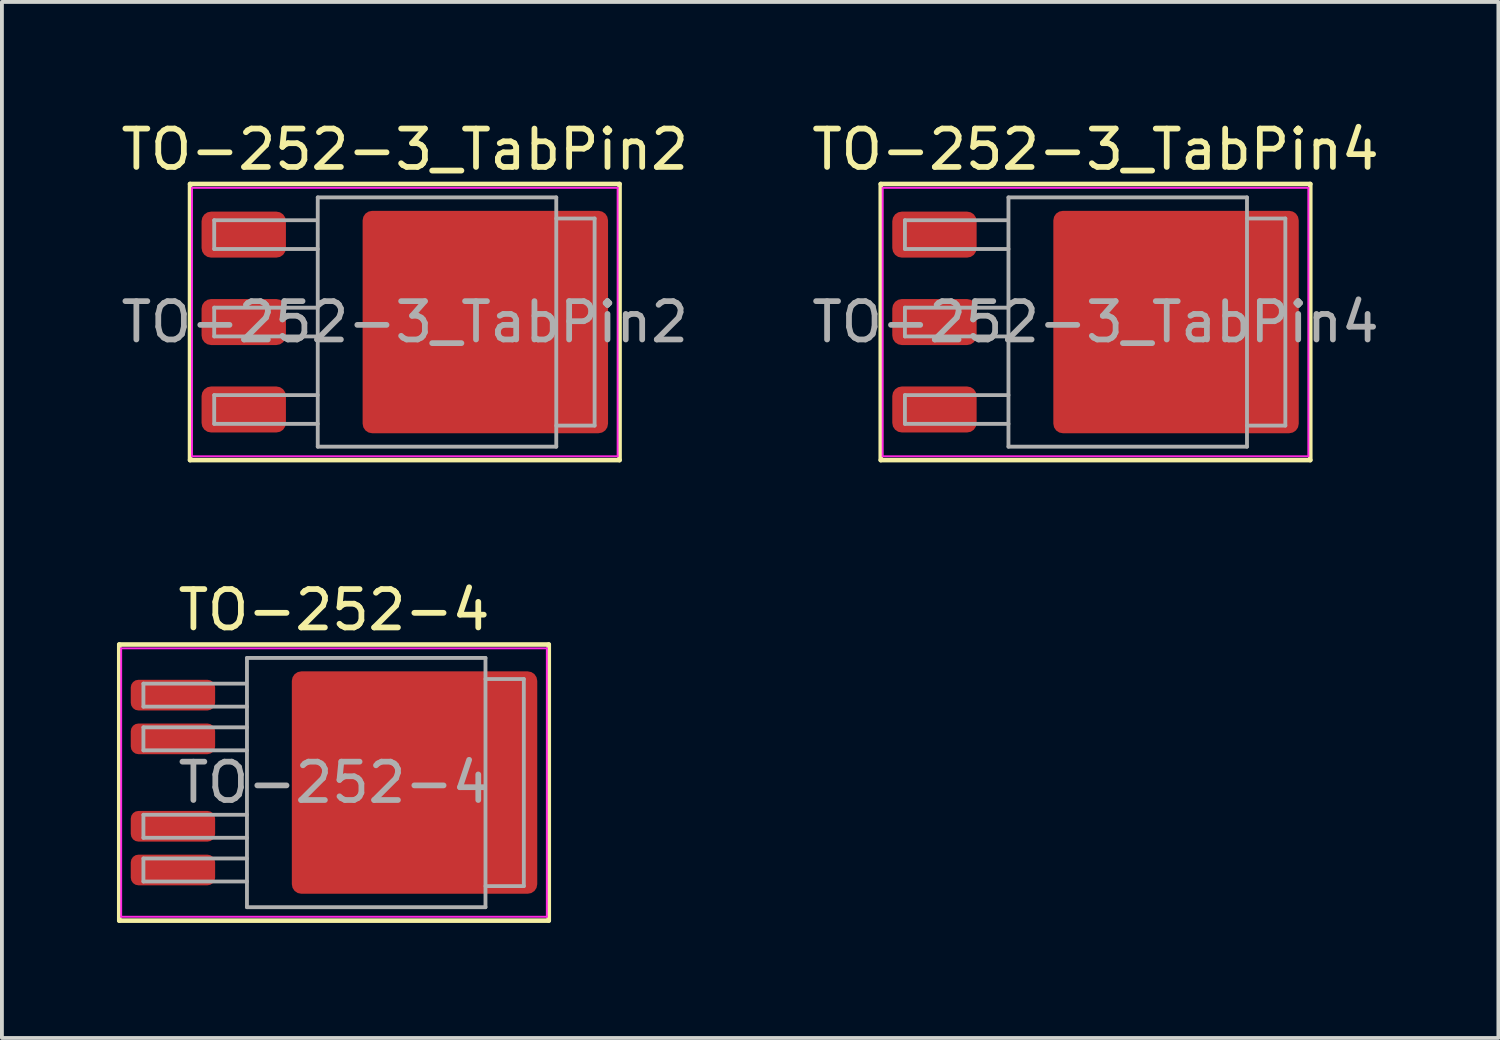
<source format=kicad_pcb>
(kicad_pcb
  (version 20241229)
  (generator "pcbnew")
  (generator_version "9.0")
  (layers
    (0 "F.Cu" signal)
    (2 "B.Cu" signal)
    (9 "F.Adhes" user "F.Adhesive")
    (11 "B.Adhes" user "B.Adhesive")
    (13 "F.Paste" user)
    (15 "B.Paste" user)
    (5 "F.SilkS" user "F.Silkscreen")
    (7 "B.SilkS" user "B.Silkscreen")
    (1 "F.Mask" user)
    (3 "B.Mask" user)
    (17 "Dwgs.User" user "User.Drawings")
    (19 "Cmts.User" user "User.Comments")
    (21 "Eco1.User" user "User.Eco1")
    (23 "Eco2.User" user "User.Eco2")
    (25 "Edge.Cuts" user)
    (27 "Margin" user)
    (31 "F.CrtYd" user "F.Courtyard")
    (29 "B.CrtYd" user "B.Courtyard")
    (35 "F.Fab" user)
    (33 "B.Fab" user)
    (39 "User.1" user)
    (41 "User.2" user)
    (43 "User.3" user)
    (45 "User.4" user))
  (footprint "TO-252-3_TabPin4"
    (layer "F.Cu")
    (at 25.518 5.348)
    (property "Reference" "TO-252-3_TabPin4" (at 0 -4.5 0) (layer "F.SilkS") (effects (font (size 1 1) (thickness 0.15))))
    (attr smd)
    (fp_line (start -5.6 -3.6) (end -5.6 3.6) (stroke (width 0.12) (type solid)) (layer "F.SilkS"))
    (fp_line (start -5.6 3.6) (end 5.6 3.6) (stroke (width 0.12) (type solid)) (layer "F.SilkS"))
    (fp_line (start 5.6 -3.6) (end -5.6 -3.6) (stroke (width 0.12) (type solid)) (layer "F.SilkS"))
    (fp_line (start 5.6 3.6) (end 5.6 -3.6) (stroke (width 0.12) (type solid)) (layer "F.SilkS"))
    (fp_line (start -5.55 -3.5) (end -5.55 3.5) (stroke (width 0.05) (type solid)) (layer "F.CrtYd"))
    (fp_line (start -5.55 3.5) (end 5.55 3.5) (stroke (width 0.05) (type solid)) (layer "F.CrtYd"))
    (fp_line (start 5.55 -3.5) (end -5.55 -3.5) (stroke (width 0.05) (type solid)) (layer "F.CrtYd"))
    (fp_line (start 5.55 3.5) (end 5.55 -3.5) (stroke (width 0.05) (type solid)) (layer "F.CrtYd"))
    (fp_line (start -4.97 -2.655) (end -4.97 -1.905) (stroke (width 0.1) (type solid)) (layer "F.Fab"))
    (fp_line (start -4.97 -1.905) (end -2.27 -1.905) (stroke (width 0.1) (type solid)) (layer "F.Fab"))
    (fp_line (start -4.97 -0.375) (end -4.97 0.375) (stroke (width 0.1) (type solid)) (layer "F.Fab"))
    (fp_line (start -4.97 0.375) (end -2.27 0.375) (stroke (width 0.1) (type solid)) (layer "F.Fab"))
    (fp_line (start -4.97 1.905) (end -4.97 2.655) (stroke (width 0.1) (type solid)) (layer "F.Fab"))
    (fp_line (start -4.97 2.655) (end -2.27 2.655) (stroke (width 0.1) (type solid)) (layer "F.Fab"))
    (fp_line (start -2.3 -2.655) (end -4.97 -2.655) (stroke (width 0.1) (type solid)) (layer "F.Fab"))
    (fp_line (start -2.27 -3.25) (end 3.95 -3.25) (stroke (width 0.1) (type solid)) (layer "F.Fab"))
    (fp_line (start -2.27 -0.375) (end -4.97 -0.375) (stroke (width 0.1) (type solid)) (layer "F.Fab"))
    (fp_line (start -2.27 1.905) (end -4.97 1.905) (stroke (width 0.1) (type solid)) (layer "F.Fab"))
    (fp_line (start -2.27 3.25) (end -2.27 -3.25) (stroke (width 0.1) (type solid)) (layer "F.Fab"))
    (fp_line (start 3.95 -3.25) (end 3.95 3.25) (stroke (width 0.1) (type solid)) (layer "F.Fab"))
    (fp_line (start 3.95 -2.7) (end 4.95 -2.7) (stroke (width 0.1) (type solid)) (layer "F.Fab"))
    (fp_line (start 3.95 3.25) (end -2.27 3.25) (stroke (width 0.1) (type solid)) (layer "F.Fab"))
    (fp_line (start 4.95 -2.7) (end 4.95 2.7) (stroke (width 0.1) (type solid)) (layer "F.Fab"))
    (fp_line (start 4.95 2.7) (end 3.95 2.7) (stroke (width 0.1) (type solid)) (layer "F.Fab"))
    (fp_text user "${REFERENCE}" (at 0 0 0) (layer "F.Fab") (effects (font (size 1 1) (thickness 0.15))))
    (pad "" smd roundrect (at 0 -1.9) (size 1.8 1.6) (layers "F.Paste") (roundrect_rratio 0.167))
    (pad "" smd roundrect (at 0 0) (size 1.8 1.6) (layers "F.Paste") (roundrect_rratio 0.167))
    (pad "" smd roundrect (at 0 1.9) (size 1.8 1.6) (layers "F.Paste") (roundrect_rratio 0.167))
    (pad "" smd roundrect (at 2.1 -1.9) (size 1.8 1.6) (layers "F.Paste") (roundrect_rratio 0.167))
    (pad "" smd roundrect (at 2.1 0) (size 1.8 1.6) (layers "F.Paste") (roundrect_rratio 0.167))
    (pad "" smd roundrect (at 2.1 1.9) (size 1.8 1.6) (layers "F.Paste") (roundrect_rratio 0.167))
    (pad "" smd roundrect (at 4.2 -1.9) (size 1.8 1.6) (layers "F.Paste") (roundrect_rratio 0.167))
    (pad "" smd roundrect (at 4.2 0) (size 1.8 1.6) (layers "F.Paste") (roundrect_rratio 0.167))
    (pad "" smd roundrect (at 4.2 1.9) (size 1.8 1.6) (layers "F.Paste") (roundrect_rratio 0.167))
    (pad "1" smd roundrect (at -4.2 -2.28) (size 2.2 1.2) (layers "F.Cu" "F.Mask" "F.Paste") (roundrect_rratio 0.208))
    (pad "2" smd roundrect (at -4.2 0) (size 2.2 1.2) (layers "F.Cu" "F.Mask" "F.Paste") (roundrect_rratio 0.208))
    (pad "3" smd roundrect (at -4.2 2.28) (size 2.2 1.2) (layers "F.Cu" "F.Mask" "F.Paste") (roundrect_rratio 0.208))
    (pad "4" smd roundrect (at 2.1 0) (size 6.4 5.8) (layers "F.Cu" "F.Mask") (roundrect_rratio 0.043)))
  (footprint "TO-252-3_TabPin2"
    (layer "F.Cu")
    (at 7.506 5.348)
    (property "Reference" "TO-252-3_TabPin2" (at 0 -4.5 0) (layer "F.SilkS") (effects (font (size 1 1) (thickness 0.15))))
    (attr smd)
    (fp_line (start -5.6 -3.6) (end -5.6 3.6) (stroke (width 0.12) (type solid)) (layer "F.SilkS"))
    (fp_line (start -5.6 3.6) (end 5.6 3.6) (stroke (width 0.12) (type solid)) (layer "F.SilkS"))
    (fp_line (start 5.6 -3.6) (end -5.6 -3.6) (stroke (width 0.12) (type solid)) (layer "F.SilkS"))
    (fp_line (start 5.6 3.6) (end 5.6 -3.6) (stroke (width 0.12) (type solid)) (layer "F.SilkS"))
    (fp_line (start -5.55 -3.5) (end -5.55 3.5) (stroke (width 0.05) (type solid)) (layer "F.CrtYd"))
    (fp_line (start -5.55 3.5) (end 5.55 3.5) (stroke (width 0.05) (type solid)) (layer "F.CrtYd"))
    (fp_line (start 5.55 -3.5) (end -5.55 -3.5) (stroke (width 0.05) (type solid)) (layer "F.CrtYd"))
    (fp_line (start 5.55 3.5) (end 5.55 -3.5) (stroke (width 0.05) (type solid)) (layer "F.CrtYd"))
    (fp_line (start -4.97 -2.655) (end -4.97 -1.905) (stroke (width 0.1) (type solid)) (layer "F.Fab"))
    (fp_line (start -4.97 -1.905) (end -2.27 -1.905) (stroke (width 0.1) (type solid)) (layer "F.Fab"))
    (fp_line (start -4.97 -0.375) (end -4.97 0.375) (stroke (width 0.1) (type solid)) (layer "F.Fab"))
    (fp_line (start -4.97 0.375) (end -2.27 0.375) (stroke (width 0.1) (type solid)) (layer "F.Fab"))
    (fp_line (start -4.97 1.905) (end -4.97 2.655) (stroke (width 0.1) (type solid)) (layer "F.Fab"))
    (fp_line (start -4.97 2.655) (end -2.27 2.655) (stroke (width 0.1) (type solid)) (layer "F.Fab"))
    (fp_line (start -2.3 -2.655) (end -4.97 -2.655) (stroke (width 0.1) (type solid)) (layer "F.Fab"))
    (fp_line (start -2.27 -3.25) (end 3.95 -3.25) (stroke (width 0.1) (type solid)) (layer "F.Fab"))
    (fp_line (start -2.27 -0.375) (end -4.97 -0.375) (stroke (width 0.1) (type solid)) (layer "F.Fab"))
    (fp_line (start -2.27 1.905) (end -4.97 1.905) (stroke (width 0.1) (type solid)) (layer "F.Fab"))
    (fp_line (start -2.27 3.25) (end -2.27 -3.25) (stroke (width 0.1) (type solid)) (layer "F.Fab"))
    (fp_line (start 3.95 -3.25) (end 3.95 3.25) (stroke (width 0.1) (type solid)) (layer "F.Fab"))
    (fp_line (start 3.95 -2.7) (end 4.95 -2.7) (stroke (width 0.1) (type solid)) (layer "F.Fab"))
    (fp_line (start 3.95 3.25) (end -2.27 3.25) (stroke (width 0.1) (type solid)) (layer "F.Fab"))
    (fp_line (start 4.95 -2.7) (end 4.95 2.7) (stroke (width 0.1) (type solid)) (layer "F.Fab"))
    (fp_line (start 4.95 2.7) (end 3.95 2.7) (stroke (width 0.1) (type solid)) (layer "F.Fab"))
    (fp_text user "${REFERENCE}" (at 0 0 0) (layer "F.Fab") (effects (font (size 1 1) (thickness 0.15))))
    (pad "" smd roundrect (at 0 -1.9) (size 1.8 1.6) (layers "F.Paste") (roundrect_rratio 0.167))
    (pad "" smd roundrect (at 0 0) (size 1.8 1.6) (layers "F.Paste") (roundrect_rratio 0.167))
    (pad "" smd roundrect (at 0 1.9) (size 1.8 1.6) (layers "F.Paste") (roundrect_rratio 0.167))
    (pad "" smd roundrect (at 2.1 -1.9) (size 1.8 1.6) (layers "F.Paste") (roundrect_rratio 0.167))
    (pad "" smd roundrect (at 2.1 0) (size 1.8 1.6) (layers "F.Paste") (roundrect_rratio 0.167))
    (pad "" smd roundrect (at 2.1 1.9) (size 1.8 1.6) (layers "F.Paste") (roundrect_rratio 0.167))
    (pad "" smd roundrect (at 4.2 -1.9) (size 1.8 1.6) (layers "F.Paste") (roundrect_rratio 0.167))
    (pad "" smd roundrect (at 4.2 0) (size 1.8 1.6) (layers "F.Paste") (roundrect_rratio 0.167))
    (pad "" smd roundrect (at 4.2 1.9) (size 1.8 1.6) (layers "F.Paste") (roundrect_rratio 0.167))
    (pad "1" smd roundrect (at -4.2 -2.28) (size 2.2 1.2) (layers "F.Cu" "F.Mask" "F.Paste") (roundrect_rratio 0.208))
    (pad "2" smd roundrect (at -4.2 0) (size 2.2 1.2) (layers "F.Cu" "F.Mask" "F.Paste") (roundrect_rratio 0.208))
    (pad "2" smd roundrect (at 2.1 0) (size 6.4 5.8) (layers "F.Cu" "F.Mask") (roundrect_rratio 0.043))
    (pad "3" smd roundrect (at -4.2 2.28) (size 2.2 1.2) (layers "F.Cu" "F.Mask" "F.Paste") (roundrect_rratio 0.208)))
  (footprint "TO-252-4"
    (layer "F.Cu")
    (at 5.66 17.357)
    (property "Reference" "TO-252-4" (at 0 -4.5 0) (layer "F.SilkS") (effects (font (size 1 1) (thickness 0.15))))
    (attr smd)
    (fp_line (start -5.6 -3.6) (end -5.6 3.6) (stroke (width 0.12) (type solid)) (layer "F.SilkS"))
    (fp_line (start -5.6 3.6) (end 5.6 3.6) (stroke (width 0.12) (type solid)) (layer "F.SilkS"))
    (fp_line (start 5.6 -3.6) (end -5.6 -3.6) (stroke (width 0.12) (type solid)) (layer "F.SilkS"))
    (fp_line (start 5.6 3.6) (end 5.6 -3.6) (stroke (width 0.12) (type solid)) (layer "F.SilkS"))
    (fp_line (start -5.55 -3.5) (end -5.55 3.5) (stroke (width 0.05) (type solid)) (layer "F.CrtYd"))
    (fp_line (start -5.55 3.5) (end 5.55 3.5) (stroke (width 0.05) (type solid)) (layer "F.CrtYd"))
    (fp_line (start 5.55 -3.5) (end -5.55 -3.5) (stroke (width 0.05) (type solid)) (layer "F.CrtYd"))
    (fp_line (start 5.55 3.5) (end 5.55 -3.5) (stroke (width 0.05) (type solid)) (layer "F.CrtYd"))
    (fp_line (start -4.97 -2.58) (end -4.97 -1.98) (stroke (width 0.1) (type solid)) (layer "F.Fab"))
    (fp_line (start -4.97 -1.98) (end -2.27 -1.98) (stroke (width 0.1) (type solid)) (layer "F.Fab"))
    (fp_line (start -4.97 -1.44) (end -4.97 -0.84) (stroke (width 0.1) (type solid)) (layer "F.Fab"))
    (fp_line (start -4.97 -0.84) (end -2.27 -0.84) (stroke (width 0.1) (type solid)) (layer "F.Fab"))
    (fp_line (start -4.97 0.84) (end -4.97 1.44) (stroke (width 0.1) (type solid)) (layer "F.Fab"))
    (fp_line (start -4.97 1.44) (end -2.27 1.44) (stroke (width 0.1) (type solid)) (layer "F.Fab"))
    (fp_line (start -4.97 1.98) (end -4.97 2.58) (stroke (width 0.1) (type solid)) (layer "F.Fab"))
    (fp_line (start -4.97 2.58) (end -2.27 2.58) (stroke (width 0.1) (type solid)) (layer "F.Fab"))
    (fp_line (start -2.3 -2.58) (end -4.97 -2.58) (stroke (width 0.1) (type solid)) (layer "F.Fab"))
    (fp_line (start -2.27 -3.25) (end 3.95 -3.25) (stroke (width 0.1) (type solid)) (layer "F.Fab"))
    (fp_line (start -2.27 -1.44) (end -4.97 -1.44) (stroke (width 0.1) (type solid)) (layer "F.Fab"))
    (fp_line (start -2.27 0.84) (end -4.97 0.84) (stroke (width 0.1) (type solid)) (layer "F.Fab"))
    (fp_line (start -2.27 1.98) (end -4.97 1.98) (stroke (width 0.1) (type solid)) (layer "F.Fab"))
    (fp_line (start -2.27 3.25) (end -2.27 -3.25) (stroke (width 0.1) (type solid)) (layer "F.Fab"))
    (fp_line (start 3.95 -3.25) (end 3.95 3.25) (stroke (width 0.1) (type solid)) (layer "F.Fab"))
    (fp_line (start 3.95 -2.7) (end 4.95 -2.7) (stroke (width 0.1) (type solid)) (layer "F.Fab"))
    (fp_line (start 3.95 3.25) (end -2.27 3.25) (stroke (width 0.1) (type solid)) (layer "F.Fab"))
    (fp_line (start 4.95 -2.7) (end 4.95 2.7) (stroke (width 0.1) (type solid)) (layer "F.Fab"))
    (fp_line (start 4.95 2.7) (end 3.95 2.7) (stroke (width 0.1) (type solid)) (layer "F.Fab"))
    (fp_text user "${REFERENCE}" (at 0 0 0) (layer "F.Fab") (effects (font (size 1 1) (thickness 0.15))))
    (pad "" smd roundrect (at 0 -1.9) (size 1.8 1.6) (layers "F.Paste") (roundrect_rratio 0.167))
    (pad "" smd roundrect (at 0 0) (size 1.8 1.6) (layers "F.Paste") (roundrect_rratio 0.167))
    (pad "" smd roundrect (at 0 1.9) (size 1.8 1.6) (layers "F.Paste") (roundrect_rratio 0.167))
    (pad "" smd roundrect (at 2.1 -1.9) (size 1.8 1.6) (layers "F.Paste") (roundrect_rratio 0.167))
    (pad "" smd roundrect (at 2.1 0) (size 1.8 1.6) (layers "F.Paste") (roundrect_rratio 0.167))
    (pad "" smd roundrect (at 2.1 1.9) (size 1.8 1.6) (layers "F.Paste") (roundrect_rratio 0.167))
    (pad "" smd roundrect (at 4.2 -1.9) (size 1.8 1.6) (layers "F.Paste") (roundrect_rratio 0.167))
    (pad "" smd roundrect (at 4.2 0) (size 1.8 1.6) (layers "F.Paste") (roundrect_rratio 0.167))
    (pad "" smd roundrect (at 4.2 1.9) (size 1.8 1.6) (layers "F.Paste") (roundrect_rratio 0.167))
    (pad "1" smd roundrect (at -4.2 -2.28) (size 2.2 0.8) (layers "F.Cu" "F.Mask" "F.Paste") (roundrect_rratio 0.25))
    (pad "2" smd roundrect (at -4.2 -1.14) (size 2.2 0.8) (layers "F.Cu" "F.Mask" "F.Paste") (roundrect_rratio 0.25))
    (pad "3" smd roundrect (at 2.1 0) (size 6.4 5.8) (layers "F.Cu" "F.Mask") (roundrect_rratio 0.043))
    (pad "4" smd roundrect (at -4.2 1.14) (size 2.2 0.8) (layers "F.Cu" "F.Mask" "F.Paste") (roundrect_rratio 0.25))
    (pad "5" smd roundrect (at -4.2 2.28) (size 2.2 0.8) (layers "F.Cu" "F.Mask" "F.Paste") (roundrect_rratio 0.25)))
  (gr_rect
    (start -3 -3)
    (end 36.024 24.017)
    (stroke (width 0.1) (type default))
    (fill no)
    (layer "Edge.Cuts")))
</source>
